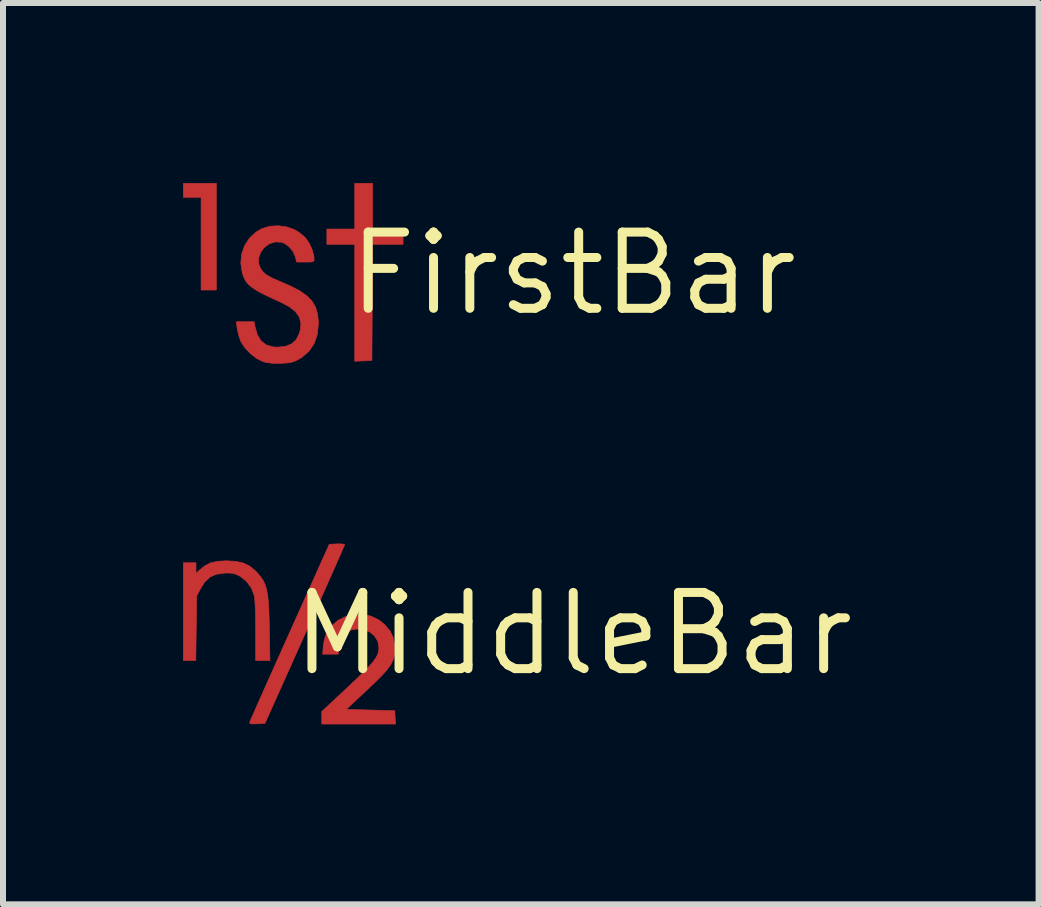
<source format=kicad_pcb>
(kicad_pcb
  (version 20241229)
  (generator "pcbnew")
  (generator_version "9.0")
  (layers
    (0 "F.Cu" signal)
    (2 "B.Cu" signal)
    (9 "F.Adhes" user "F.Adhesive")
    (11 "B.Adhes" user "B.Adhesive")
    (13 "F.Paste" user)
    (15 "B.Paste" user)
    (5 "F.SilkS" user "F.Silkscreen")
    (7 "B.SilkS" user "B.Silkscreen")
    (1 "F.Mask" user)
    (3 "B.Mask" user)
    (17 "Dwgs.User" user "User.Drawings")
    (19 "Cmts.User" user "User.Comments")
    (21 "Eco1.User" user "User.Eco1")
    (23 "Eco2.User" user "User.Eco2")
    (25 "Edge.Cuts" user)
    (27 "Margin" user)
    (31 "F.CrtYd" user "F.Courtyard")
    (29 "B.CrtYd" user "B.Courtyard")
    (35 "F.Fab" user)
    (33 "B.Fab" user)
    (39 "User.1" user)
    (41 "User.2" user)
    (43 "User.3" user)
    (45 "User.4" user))
  (footprint "MiddleBar"
    (layer "F.Cu")
    (at 6.503 7.513)
    (property "Reference" "MiddleBar" (at 0 0 0) (layer "F.SilkS") (effects (font (size 1.27 1.27) (thickness 0.15))))
    (attr through_hole)
    (fp_poly (pts (xy -3.824 -1.494) (xy -3.81 -1.486) (xy -3.818 -1.464) (xy -3.843 -1.407) (xy -3.882 -1.317) (xy -3.935 -1.197) (xy -3.999 -1.051) (xy -4.075 -0.881) (xy -4.159 -0.691) (xy -4.252 -0.483) (xy -4.352 -0.26) (xy -4.457 -0.026) (xy -4.474 0.012) (xy -5.137 1.492) (xy -5.269 1.499) (xy -5.341 1.501) (xy -5.379 1.498) (xy -5.392 1.486) (xy -5.388 1.465) (xy -5.378 1.439) (xy -5.351 1.378) (xy -5.31 1.285) (xy -5.256 1.162) (xy -5.189 1.013) (xy -5.113 0.841) (xy -5.027 0.649) (xy -4.933 0.44) (xy -4.833 0.216) (xy -4.728 -0.018) (xy -4.721 -0.034) (xy -4.066 -1.492) (xy -3.938 -1.499) (xy -3.871 -1.499) (xy -3.824 -1.494)) (stroke (width 0.01) (type solid)) (fill yes) (layer "F.Cu"))
    (fp_poly (pts (xy -5.623 -1.208) (xy -5.497 -1.18) (xy -5.391 -1.128) (xy -5.294 -1.048) (xy -5.26 -1.011) (xy -5.209 -0.951) (xy -5.168 -0.89) (xy -5.136 -0.825) (xy -5.112 -0.748) (xy -5.094 -0.654) (xy -5.081 -0.539) (xy -5.072 -0.396) (xy -5.067 -0.219) (xy -5.064 -0.09) (xy -5.054 0.445) (xy -5.292 0.445) (xy -5.292 -0.041) (xy -5.293 -0.191) (xy -5.296 -0.332) (xy -5.3 -0.455) (xy -5.306 -0.554) (xy -5.312 -0.621) (xy -5.315 -0.635) (xy -5.362 -0.761) (xy -5.443 -0.872) (xy -5.548 -0.958) (xy -5.567 -0.968) (xy -5.627 -0.996) (xy -5.685 -1.01) (xy -5.757 -1.014) (xy -5.814 -1.012) (xy -5.948 -0.993) (xy -6.054 -0.946) (xy -6.14 -0.866) (xy -6.212 -0.752) (xy -6.276 -0.628) (xy -6.283 -0.092) (xy -6.29 0.445) (xy -6.498 0.445) (xy -6.498 -1.185) (xy -6.287 -1.185) (xy -6.287 -1.008) (xy -6.228 -1.063) (xy -6.137 -1.135) (xy -6.042 -1.183) (xy -5.931 -1.208) (xy -5.792 -1.217) (xy -5.779 -1.217) (xy -5.623 -1.208)) (stroke (width 0.01) (type solid)) (fill yes) (layer "F.Cu"))
    (fp_poly (pts (xy -3.362 -0.292) (xy -3.229 -0.225) (xy -3.145 -0.156) (xy -3.053 -0.049) (xy -2.999 0.065) (xy -2.976 0.197) (xy -2.975 0.243) (xy -2.978 0.322) (xy -2.989 0.393) (xy -3.013 0.46) (xy -3.052 0.53) (xy -3.11 0.606) (xy -3.189 0.695) (xy -3.294 0.8) (xy -3.428 0.927) (xy -3.442 0.94) (xy -3.783 1.259) (xy -3.379 1.27) (xy -2.974 1.281) (xy -2.968 1.392) (xy -2.961 1.503) (xy -4.191 1.503) (xy -4.191 1.295) (xy -3.759 0.891) (xy -3.615 0.755) (xy -3.5 0.643) (xy -3.41 0.551) (xy -3.343 0.475) (xy -3.296 0.412) (xy -3.265 0.356) (xy -3.247 0.304) (xy -3.239 0.253) (xy -3.239 0.223) (xy -3.258 0.121) (xy -3.312 0.034) (xy -3.393 -0.033) (xy -3.495 -0.072) (xy -3.611 -0.08) (xy -3.701 -0.065) (xy -3.765 -0.033) (xy -3.781 -0.019) (xy -3.841 0.055) (xy -3.889 0.149) (xy -3.913 0.243) (xy -3.915 0.27) (xy -3.916 0.339) (xy -4.176 0.339) (xy -4.165 0.206) (xy -4.152 0.118) (xy -4.129 0.034) (xy -4.111 -0.011) (xy -4.026 -0.134) (xy -3.915 -0.228) (xy -3.787 -0.292) (xy -3.648 -0.324) (xy -3.504 -0.324) (xy -3.362 -0.292)) (stroke (width 0.01) (type solid)) (fill yes) (layer "F.Cu"))
    (fp_poly (pts (xy -3.824 -1.494) (xy -3.81 -1.486) (xy -3.818 -1.464) (xy -3.843 -1.407) (xy -3.882 -1.317) (xy -3.935 -1.197) (xy -3.999 -1.051) (xy -4.075 -0.881) (xy -4.159 -0.691) (xy -4.252 -0.483) (xy -4.352 -0.26) (xy -4.457 -0.026) (xy -4.474 0.012) (xy -5.137 1.492) (xy -5.269 1.499) (xy -5.341 1.501) (xy -5.379 1.498) (xy -5.392 1.486) (xy -5.388 1.465) (xy -5.378 1.439) (xy -5.351 1.378) (xy -5.31 1.285) (xy -5.256 1.162) (xy -5.189 1.013) (xy -5.113 0.841) (xy -5.027 0.649) (xy -4.933 0.44) (xy -4.833 0.216) (xy -4.728 -0.018) (xy -4.721 -0.034) (xy -4.066 -1.492) (xy -3.938 -1.499) (xy -3.871 -1.499) (xy -3.824 -1.494)) (stroke (width 0.01) (type solid)) (fill yes) (layer "F.Mask"))
    (fp_poly (pts (xy -5.623 -1.208) (xy -5.497 -1.18) (xy -5.391 -1.128) (xy -5.294 -1.048) (xy -5.26 -1.011) (xy -5.209 -0.951) (xy -5.168 -0.89) (xy -5.136 -0.825) (xy -5.112 -0.748) (xy -5.094 -0.654) (xy -5.081 -0.539) (xy -5.072 -0.396) (xy -5.067 -0.219) (xy -5.064 -0.09) (xy -5.054 0.445) (xy -5.292 0.445) (xy -5.292 -0.041) (xy -5.293 -0.191) (xy -5.296 -0.332) (xy -5.3 -0.455) (xy -5.306 -0.554) (xy -5.312 -0.621) (xy -5.315 -0.635) (xy -5.362 -0.761) (xy -5.443 -0.872) (xy -5.548 -0.958) (xy -5.567 -0.968) (xy -5.627 -0.996) (xy -5.685 -1.01) (xy -5.757 -1.014) (xy -5.814 -1.012) (xy -5.948 -0.993) (xy -6.054 -0.946) (xy -6.14 -0.866) (xy -6.212 -0.752) (xy -6.276 -0.628) (xy -6.283 -0.092) (xy -6.29 0.445) (xy -6.498 0.445) (xy -6.498 -1.185) (xy -6.287 -1.185) (xy -6.287 -1.008) (xy -6.228 -1.063) (xy -6.137 -1.135) (xy -6.042 -1.183) (xy -5.931 -1.208) (xy -5.792 -1.217) (xy -5.779 -1.217) (xy -5.623 -1.208)) (stroke (width 0.01) (type solid)) (fill yes) (layer "F.Mask"))
    (fp_poly (pts (xy -3.362 -0.292) (xy -3.229 -0.225) (xy -3.145 -0.156) (xy -3.053 -0.049) (xy -2.999 0.065) (xy -2.976 0.197) (xy -2.975 0.243) (xy -2.978 0.322) (xy -2.989 0.393) (xy -3.013 0.46) (xy -3.052 0.53) (xy -3.11 0.606) (xy -3.189 0.695) (xy -3.294 0.8) (xy -3.428 0.927) (xy -3.442 0.94) (xy -3.783 1.259) (xy -3.379 1.27) (xy -2.974 1.281) (xy -2.968 1.392) (xy -2.961 1.503) (xy -4.191 1.503) (xy -4.191 1.295) (xy -3.759 0.891) (xy -3.615 0.755) (xy -3.5 0.643) (xy -3.41 0.551) (xy -3.343 0.475) (xy -3.296 0.412) (xy -3.265 0.356) (xy -3.247 0.304) (xy -3.239 0.253) (xy -3.239 0.223) (xy -3.258 0.121) (xy -3.312 0.034) (xy -3.393 -0.033) (xy -3.495 -0.072) (xy -3.611 -0.08) (xy -3.701 -0.065) (xy -3.765 -0.033) (xy -3.781 -0.019) (xy -3.841 0.055) (xy -3.889 0.149) (xy -3.913 0.243) (xy -3.915 0.27) (xy -3.916 0.339) (xy -4.176 0.339) (xy -4.165 0.206) (xy -4.152 0.118) (xy -4.129 0.034) (xy -4.111 -0.011) (xy -4.026 -0.134) (xy -3.915 -0.228) (xy -3.787 -0.292) (xy -3.648 -0.324) (xy -3.504 -0.324) (xy -3.362 -0.292)) (stroke (width 0.01) (type solid)) (fill yes) (layer "F.Mask")))
  (footprint "FirstBar"
    (layer "F.Cu")
    (at 6.503 1.508)
    (property "Reference" "FirstBar" (at 0 0 0) (layer "F.SilkS") (effects (font (size 1.27 1.27) (thickness 0.15))))
    (attr through_hole)
    (fp_poly (pts (xy -5.948 0.275) (xy -6.202 0.275) (xy -6.202 -1.27) (xy -6.498 -1.27) (xy -6.498 -1.503) (xy -5.948 -1.503) (xy -5.948 0.275)) (stroke (width 0.01) (type solid)) (fill yes) (layer "F.Cu"))
    (fp_poly (pts (xy -3.344 -0.741) (xy -2.836 -0.741) (xy -2.836 -0.487) (xy -3.344 -0.487) (xy -3.355 1.45) (xy -3.498 1.456) (xy -3.641 1.462) (xy -3.641 -0.487) (xy -4.106 -0.487) (xy -4.106 -0.741) (xy -3.641 -0.741) (xy -3.641 -1.503) (xy -3.344 -1.503) (xy -3.344 -0.741)) (stroke (width 0.01) (type solid)) (fill yes) (layer "F.Cu"))
    (fp_poly (pts (xy -4.771 -0.776) (xy -4.652 -0.734) (xy -4.572 -0.686) (xy -4.495 -0.626) (xy -4.456 -0.587) (xy -4.398 -0.501) (xy -4.351 -0.396) (xy -4.323 -0.293) (xy -4.318 -0.24) (xy -4.321 -0.214) (xy -4.335 -0.199) (xy -4.371 -0.192) (xy -4.436 -0.191) (xy -4.464 -0.191) (xy -4.609 -0.191) (xy -4.633 -0.283) (xy -4.671 -0.369) (xy -4.735 -0.446) (xy -4.813 -0.503) (xy -4.859 -0.521) (xy -4.966 -0.527) (xy -5.067 -0.495) (xy -5.155 -0.427) (xy -5.206 -0.357) (xy -5.243 -0.26) (xy -5.242 -0.166) (xy -5.217 -0.097) (xy -5.178 -0.036) (xy -5.119 0.018) (xy -5.033 0.068) (xy -4.914 0.121) (xy -4.9 0.127) (xy -4.71 0.209) (xy -4.557 0.289) (xy -4.439 0.372) (xy -4.353 0.46) (xy -4.295 0.559) (xy -4.261 0.671) (xy -4.247 0.801) (xy -4.247 0.836) (xy -4.264 1.012) (xy -4.316 1.165) (xy -4.403 1.294) (xy -4.524 1.398) (xy -4.576 1.429) (xy -4.639 1.46) (xy -4.698 1.48) (xy -4.767 1.49) (xy -4.862 1.496) (xy -4.879 1.497) (xy -5.007 1.496) (xy -5.106 1.485) (xy -5.173 1.467) (xy -5.275 1.416) (xy -5.377 1.337) (xy -5.468 1.243) (xy -5.533 1.145) (xy -5.542 1.127) (xy -5.572 1.04) (xy -5.595 0.945) (xy -5.6 0.915) (xy -5.615 0.804) (xy -5.318 0.804) (xy -5.303 0.884) (xy -5.265 1.02) (xy -5.204 1.121) (xy -5.119 1.188) (xy -5.009 1.222) (xy -4.933 1.228) (xy -4.798 1.215) (xy -4.695 1.174) (xy -4.618 1.104) (xy -4.566 1) (xy -4.55 0.949) (xy -4.538 0.833) (xy -4.563 0.729) (xy -4.627 0.637) (xy -4.73 0.554) (xy -4.858 0.486) (xy -5.028 0.408) (xy -5.164 0.343) (xy -5.27 0.286) (xy -5.35 0.234) (xy -5.409 0.185) (xy -5.453 0.133) (xy -5.484 0.076) (xy -5.509 0.01) (xy -5.516 -0.014) (xy -5.54 -0.169) (xy -5.527 -0.321) (xy -5.477 -0.463) (xy -5.396 -0.589) (xy -5.285 -0.692) (xy -5.188 -0.748) (xy -5.059 -0.787) (xy -4.915 -0.796) (xy -4.771 -0.776)) (stroke (width 0.01) (type solid)) (fill yes) (layer "F.Cu"))
    (fp_poly (pts (xy -5.948 0.275) (xy -6.202 0.275) (xy -6.202 -1.27) (xy -6.498 -1.27) (xy -6.498 -1.503) (xy -5.948 -1.503) (xy -5.948 0.275)) (stroke (width 0.01) (type solid)) (fill yes) (layer "F.Mask"))
    (fp_poly (pts (xy -3.344 -0.741) (xy -2.836 -0.741) (xy -2.836 -0.487) (xy -3.344 -0.487) (xy -3.355 1.45) (xy -3.498 1.456) (xy -3.641 1.462) (xy -3.641 -0.487) (xy -4.106 -0.487) (xy -4.106 -0.741) (xy -3.641 -0.741) (xy -3.641 -1.503) (xy -3.344 -1.503) (xy -3.344 -0.741)) (stroke (width 0.01) (type solid)) (fill yes) (layer "F.Mask"))
    (fp_poly (pts (xy -4.771 -0.776) (xy -4.652 -0.734) (xy -4.572 -0.686) (xy -4.495 -0.626) (xy -4.456 -0.587) (xy -4.398 -0.501) (xy -4.351 -0.396) (xy -4.323 -0.293) (xy -4.318 -0.24) (xy -4.321 -0.214) (xy -4.335 -0.199) (xy -4.371 -0.192) (xy -4.436 -0.191) (xy -4.464 -0.191) (xy -4.609 -0.191) (xy -4.633 -0.283) (xy -4.671 -0.369) (xy -4.735 -0.446) (xy -4.813 -0.503) (xy -4.859 -0.521) (xy -4.966 -0.527) (xy -5.067 -0.495) (xy -5.155 -0.427) (xy -5.206 -0.357) (xy -5.243 -0.26) (xy -5.242 -0.166) (xy -5.217 -0.097) (xy -5.178 -0.036) (xy -5.119 0.018) (xy -5.033 0.068) (xy -4.914 0.121) (xy -4.9 0.127) (xy -4.71 0.209) (xy -4.557 0.289) (xy -4.439 0.372) (xy -4.353 0.46) (xy -4.295 0.559) (xy -4.261 0.671) (xy -4.247 0.801) (xy -4.247 0.836) (xy -4.264 1.012) (xy -4.316 1.165) (xy -4.403 1.294) (xy -4.524 1.398) (xy -4.576 1.429) (xy -4.639 1.46) (xy -4.698 1.48) (xy -4.767 1.49) (xy -4.862 1.496) (xy -4.879 1.497) (xy -5.007 1.496) (xy -5.106 1.485) (xy -5.173 1.467) (xy -5.275 1.416) (xy -5.377 1.337) (xy -5.468 1.243) (xy -5.533 1.145) (xy -5.542 1.127) (xy -5.572 1.04) (xy -5.595 0.945) (xy -5.6 0.915) (xy -5.615 0.804) (xy -5.318 0.804) (xy -5.303 0.884) (xy -5.265 1.02) (xy -5.204 1.121) (xy -5.119 1.188) (xy -5.009 1.222) (xy -4.933 1.228) (xy -4.798 1.215) (xy -4.695 1.174) (xy -4.618 1.104) (xy -4.566 1) (xy -4.55 0.949) (xy -4.538 0.833) (xy -4.563 0.729) (xy -4.627 0.637) (xy -4.73 0.554) (xy -4.858 0.486) (xy -5.028 0.408) (xy -5.164 0.343) (xy -5.27 0.286) (xy -5.35 0.234) (xy -5.409 0.185) (xy -5.453 0.133) (xy -5.484 0.076) (xy -5.509 0.01) (xy -5.516 -0.014) (xy -5.54 -0.169) (xy -5.527 -0.321) (xy -5.477 -0.463) (xy -5.396 -0.589) (xy -5.285 -0.692) (xy -5.188 -0.748) (xy -5.059 -0.787) (xy -4.915 -0.796) (xy -4.771 -0.776)) (stroke (width 0.01) (type solid)) (fill yes) (layer "F.Mask")))
  (gr_rect
    (start -3 -3)
    (end 14.258 12.021)
    (stroke (width 0.1) (type default))
    (fill no)
    (layer "Edge.Cuts")))
</source>
